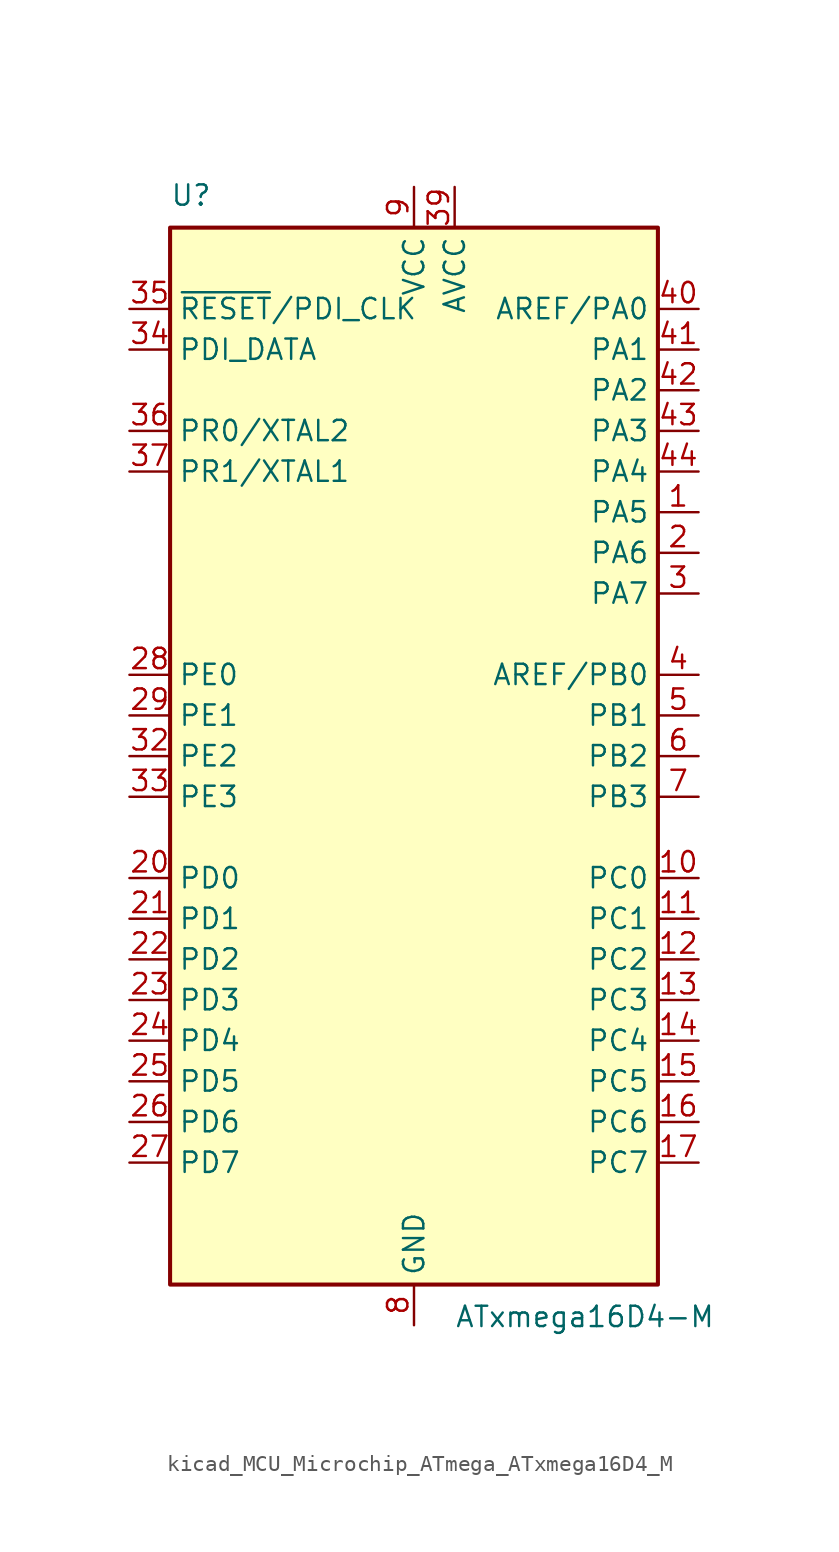
<source format=kicad_sym>
(kicad_symbol_lib
  (version 20220914)
  (generator kicad_symbol_editor)
  (symbol "kicad_MCU_Microchip_ATmega_ATxmega16D4_M"
    (property "Reference" "U"
      (at -15.24 34.29 0)
      (effects (font (size 1.27 1.27)) (justify left bottom)))
    (property "Value" "ATxmega16D4-M"
      (at 2.54 -34.29 0)
      (effects (font (size 1.27 1.27)) (justify left top)))
    (symbol "kicad_MCU_Microchip_ATmega_ATxmega16D4_M_0_1"
      (rectangle (start -15.24 -33.02) (end 15.24 33.02) (stroke (width 0.254) (type default)) (fill (type background))))
    (symbol "kicad_MCU_Microchip_ATmega_ATxmega16D4_M_1_1"
      (pin bidirectional line (at 17.78 15.24 180) (length 2.54) (name "PA5" (effects (font (size 1.27 1.27)))) (number "1" (effects (font (size 1.27 1.27)))))
      (pin bidirectional line (at 17.78 -7.62 180) (length 2.54) (name "PC0" (effects (font (size 1.27 1.27)))) (number "10" (effects (font (size 1.27 1.27)))))
      (pin bidirectional line (at 17.78 -10.16 180) (length 2.54) (name "PC1" (effects (font (size 1.27 1.27)))) (number "11" (effects (font (size 1.27 1.27)))))
      (pin bidirectional line (at 17.78 -12.7 180) (length 2.54) (name "PC2" (effects (font (size 1.27 1.27)))) (number "12" (effects (font (size 1.27 1.27)))))
      (pin bidirectional line (at 17.78 -15.24 180) (length 2.54) (name "PC3" (effects (font (size 1.27 1.27)))) (number "13" (effects (font (size 1.27 1.27)))))
      (pin bidirectional line (at 17.78 -17.78 180) (length 2.54) (name "PC4" (effects (font (size 1.27 1.27)))) (number "14" (effects (font (size 1.27 1.27)))))
      (pin bidirectional line (at 17.78 -20.32 180) (length 2.54) (name "PC5" (effects (font (size 1.27 1.27)))) (number "15" (effects (font (size 1.27 1.27)))))
      (pin bidirectional line (at 17.78 -22.86 180) (length 2.54) (name "PC6" (effects (font (size 1.27 1.27)))) (number "16" (effects (font (size 1.27 1.27)))))
      (pin bidirectional line (at 17.78 -25.4 180) (length 2.54) (name "PC7" (effects (font (size 1.27 1.27)))) (number "17" (effects (font (size 1.27 1.27)))))
      (pin passive line (at 0 -35.56 90) (length 2.54) hide (name "GND" (effects (font (size 1.27 1.27)))) (number "18" (effects (font (size 1.27 1.27)))))
      (pin passive line (at 0 35.56 270) (length 2.54) hide (name "VCC" (effects (font (size 1.27 1.27)))) (number "19" (effects (font (size 1.27 1.27)))))
      (pin bidirectional line (at 17.78 12.7 180) (length 2.54) (name "PA6" (effects (font (size 1.27 1.27)))) (number "2" (effects (font (size 1.27 1.27)))))
      (pin bidirectional line (at -17.78 -7.62 0) (length 2.54) (name "PD0" (effects (font (size 1.27 1.27)))) (number "20" (effects (font (size 1.27 1.27)))))
      (pin bidirectional line (at -17.78 -10.16 0) (length 2.54) (name "PD1" (effects (font (size 1.27 1.27)))) (number "21" (effects (font (size 1.27 1.27)))))
      (pin bidirectional line (at -17.78 -12.7 0) (length 2.54) (name "PD2" (effects (font (size 1.27 1.27)))) (number "22" (effects (font (size 1.27 1.27)))))
      (pin bidirectional line (at -17.78 -15.24 0) (length 2.54) (name "PD3" (effects (font (size 1.27 1.27)))) (number "23" (effects (font (size 1.27 1.27)))))
      (pin bidirectional line (at -17.78 -17.78 0) (length 2.54) (name "PD4" (effects (font (size 1.27 1.27)))) (number "24" (effects (font (size 1.27 1.27)))))
      (pin bidirectional line (at -17.78 -20.32 0) (length 2.54) (name "PD5" (effects (font (size 1.27 1.27)))) (number "25" (effects (font (size 1.27 1.27)))))
      (pin bidirectional line (at -17.78 -22.86 0) (length 2.54) (name "PD6" (effects (font (size 1.27 1.27)))) (number "26" (effects (font (size 1.27 1.27)))))
      (pin bidirectional line (at -17.78 -25.4 0) (length 2.54) (name "PD7" (effects (font (size 1.27 1.27)))) (number "27" (effects (font (size 1.27 1.27)))))
      (pin bidirectional line (at -17.78 5.08 0) (length 2.54) (name "PE0" (effects (font (size 1.27 1.27)))) (number "28" (effects (font (size 1.27 1.27)))))
      (pin bidirectional line (at -17.78 2.54 0) (length 2.54) (name "PE1" (effects (font (size 1.27 1.27)))) (number "29" (effects (font (size 1.27 1.27)))))
      (pin bidirectional line (at 17.78 10.16 180) (length 2.54) (name "PA7" (effects (font (size 1.27 1.27)))) (number "3" (effects (font (size 1.27 1.27)))))
      (pin passive line (at 0 -35.56 90) (length 2.54) hide (name "GND" (effects (font (size 1.27 1.27)))) (number "30" (effects (font (size 1.27 1.27)))))
      (pin passive line (at 0 35.56 270) (length 2.54) hide (name "VCC" (effects (font (size 1.27 1.27)))) (number "31" (effects (font (size 1.27 1.27)))))
      (pin bidirectional line (at -17.78 0 0) (length 2.54) (name "PE2" (effects (font (size 1.27 1.27)))) (number "32" (effects (font (size 1.27 1.27)))))
      (pin bidirectional line (at -17.78 -2.54 0) (length 2.54) (name "PE3" (effects (font (size 1.27 1.27)))) (number "33" (effects (font (size 1.27 1.27)))))
      (pin bidirectional line (at -17.78 25.4 0) (length 2.54) (name "PDI_DATA" (effects (font (size 1.27 1.27)))) (number "34" (effects (font (size 1.27 1.27)))))
      (pin input line (at -17.78 27.94 0) (length 2.54) (name "~{RESET}/PDI_CLK" (effects (font (size 1.27 1.27)))) (number "35" (effects (font (size 1.27 1.27)))))
      (pin bidirectional line (at -17.78 20.32 0) (length 2.54) (name "PR0/XTAL2" (effects (font (size 1.27 1.27)))) (number "36" (effects (font (size 1.27 1.27)))))
      (pin bidirectional line (at -17.78 17.78 0) (length 2.54) (name "PR1/XTAL1" (effects (font (size 1.27 1.27)))) (number "37" (effects (font (size 1.27 1.27)))))
      (pin passive line (at 0 -35.56 90) (length 2.54) hide (name "GND" (effects (font (size 1.27 1.27)))) (number "38" (effects (font (size 1.27 1.27)))))
      (pin power_in line (at 2.54 35.56 270) (length 2.54) (name "AVCC" (effects (font (size 1.27 1.27)))) (number "39" (effects (font (size 1.27 1.27)))))
      (pin bidirectional line (at 17.78 5.08 180) (length 2.54) (name "AREF/PB0" (effects (font (size 1.27 1.27)))) (number "4" (effects (font (size 1.27 1.27)))))
      (pin bidirectional line (at 17.78 27.94 180) (length 2.54) (name "AREF/PA0" (effects (font (size 1.27 1.27)))) (number "40" (effects (font (size 1.27 1.27)))))
      (pin bidirectional line (at 17.78 25.4 180) (length 2.54) (name "PA1" (effects (font (size 1.27 1.27)))) (number "41" (effects (font (size 1.27 1.27)))))
      (pin bidirectional line (at 17.78 22.86 180) (length 2.54) (name "PA2" (effects (font (size 1.27 1.27)))) (number "42" (effects (font (size 1.27 1.27)))))
      (pin bidirectional line (at 17.78 20.32 180) (length 2.54) (name "PA3" (effects (font (size 1.27 1.27)))) (number "43" (effects (font (size 1.27 1.27)))))
      (pin bidirectional line (at 17.78 17.78 180) (length 2.54) (name "PA4" (effects (font (size 1.27 1.27)))) (number "44" (effects (font (size 1.27 1.27)))))
      (pin passive line (at 0 -35.56 90) (length 2.54) hide (name "GND" (effects (font (size 1.27 1.27)))) (number "45" (effects (font (size 1.27 1.27)))))
      (pin bidirectional line (at 17.78 2.54 180) (length 2.54) (name "PB1" (effects (font (size 1.27 1.27)))) (number "5" (effects (font (size 1.27 1.27)))))
      (pin bidirectional line (at 17.78 0 180) (length 2.54) (name "PB2" (effects (font (size 1.27 1.27)))) (number "6" (effects (font (size 1.27 1.27)))))
      (pin bidirectional line (at 17.78 -2.54 180) (length 2.54) (name "PB3" (effects (font (size 1.27 1.27)))) (number "7" (effects (font (size 1.27 1.27)))))
      (pin power_in line (at 0 -35.56 90) (length 2.54) (name "GND" (effects (font (size 1.27 1.27)))) (number "8" (effects (font (size 1.27 1.27)))))
      (pin power_in line (at 0 35.56 270) (length 2.54) (name "VCC" (effects (font (size 1.27 1.27)))) (number "9" (effects (font (size 1.27 1.27))))))))
</source>
